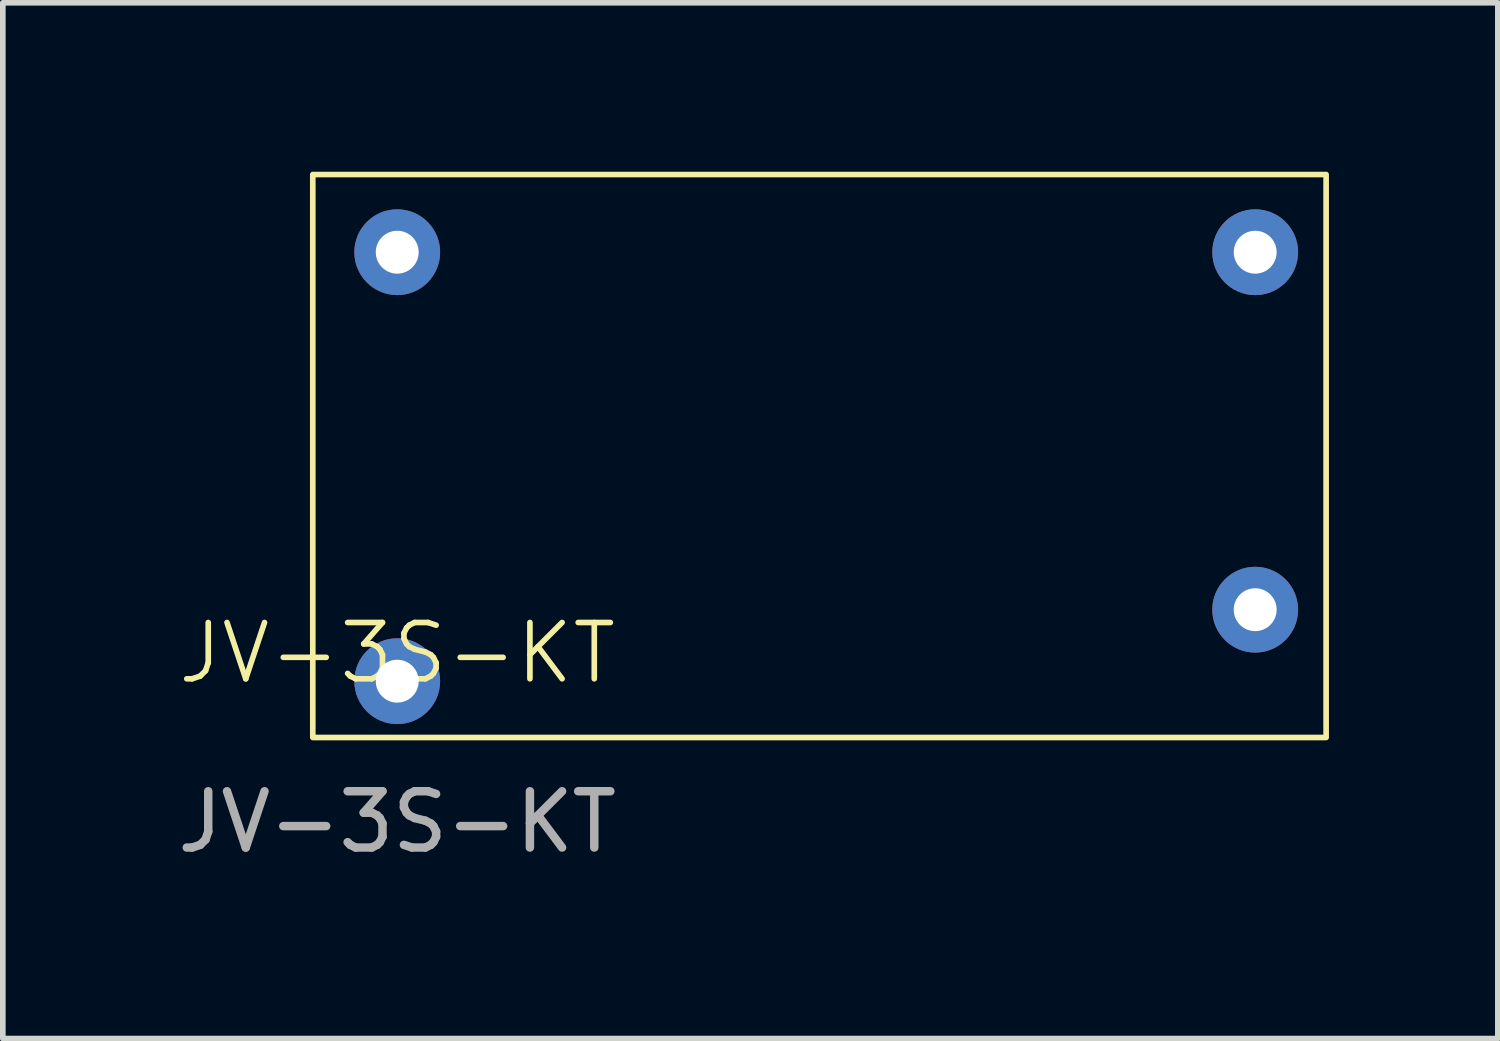
<source format=kicad_pcb>
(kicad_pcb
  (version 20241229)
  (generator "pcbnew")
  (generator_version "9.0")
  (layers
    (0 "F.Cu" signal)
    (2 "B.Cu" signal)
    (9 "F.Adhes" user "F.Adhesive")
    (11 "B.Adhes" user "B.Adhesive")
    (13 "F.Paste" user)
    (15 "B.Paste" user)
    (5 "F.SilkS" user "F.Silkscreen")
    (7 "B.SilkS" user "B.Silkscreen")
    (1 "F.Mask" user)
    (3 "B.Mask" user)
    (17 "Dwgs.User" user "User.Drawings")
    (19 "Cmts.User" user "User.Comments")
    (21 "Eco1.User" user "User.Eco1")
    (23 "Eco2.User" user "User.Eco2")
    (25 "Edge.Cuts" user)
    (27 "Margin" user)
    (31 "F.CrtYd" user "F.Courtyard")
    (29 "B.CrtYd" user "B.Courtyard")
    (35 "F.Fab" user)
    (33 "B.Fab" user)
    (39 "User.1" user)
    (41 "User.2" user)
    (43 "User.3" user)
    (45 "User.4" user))
  (footprint "JV-3S-KT"
    (layer "F.Cu")
    (at 11.626 3.97)
    (property "Reference" "JV-3S-KT" (at -7.62 4.58 0) (unlocked yes) (layer "F.SilkS") (effects (font (size 1 1) (thickness 0.1))))
    (attr through_hole)
    (fp_rect (start -9.12 -3.92) (end 8.88 6.08) (stroke (width 0.1) (type default)) (fill no) (layer "F.SilkS"))
    (fp_text user "${REFERENCE}" (at -7.62 7.58 0) (unlocked yes) (layer "F.Fab") (effects (font (size 1 1) (thickness 0.15))))
    (pad "1" thru_hole circle (at -7.62 -2.54) (size 1.524 1.524) (drill 0.762) (layers "*.Cu" "*.Mask"))
    (pad "2" thru_hole circle (at 7.62 -2.54) (size 1.524 1.524) (drill 0.762) (layers "*.Cu" "*.Mask"))
    (pad "3" thru_hole circle (at 7.62 3.81) (size 1.524 1.524) (drill 0.762) (layers "*.Cu" "*.Mask"))
    (pad "4" thru_hole circle (at -7.62 5.08) (size 1.524 1.524) (drill 0.762) (layers "*.Cu" "*.Mask")))
  (gr_rect
    (start -3 -3)
    (end 23.556 15.398)
    (stroke (width 0.1) (type default))
    (fill no)
    (layer "Edge.Cuts")))
</source>
